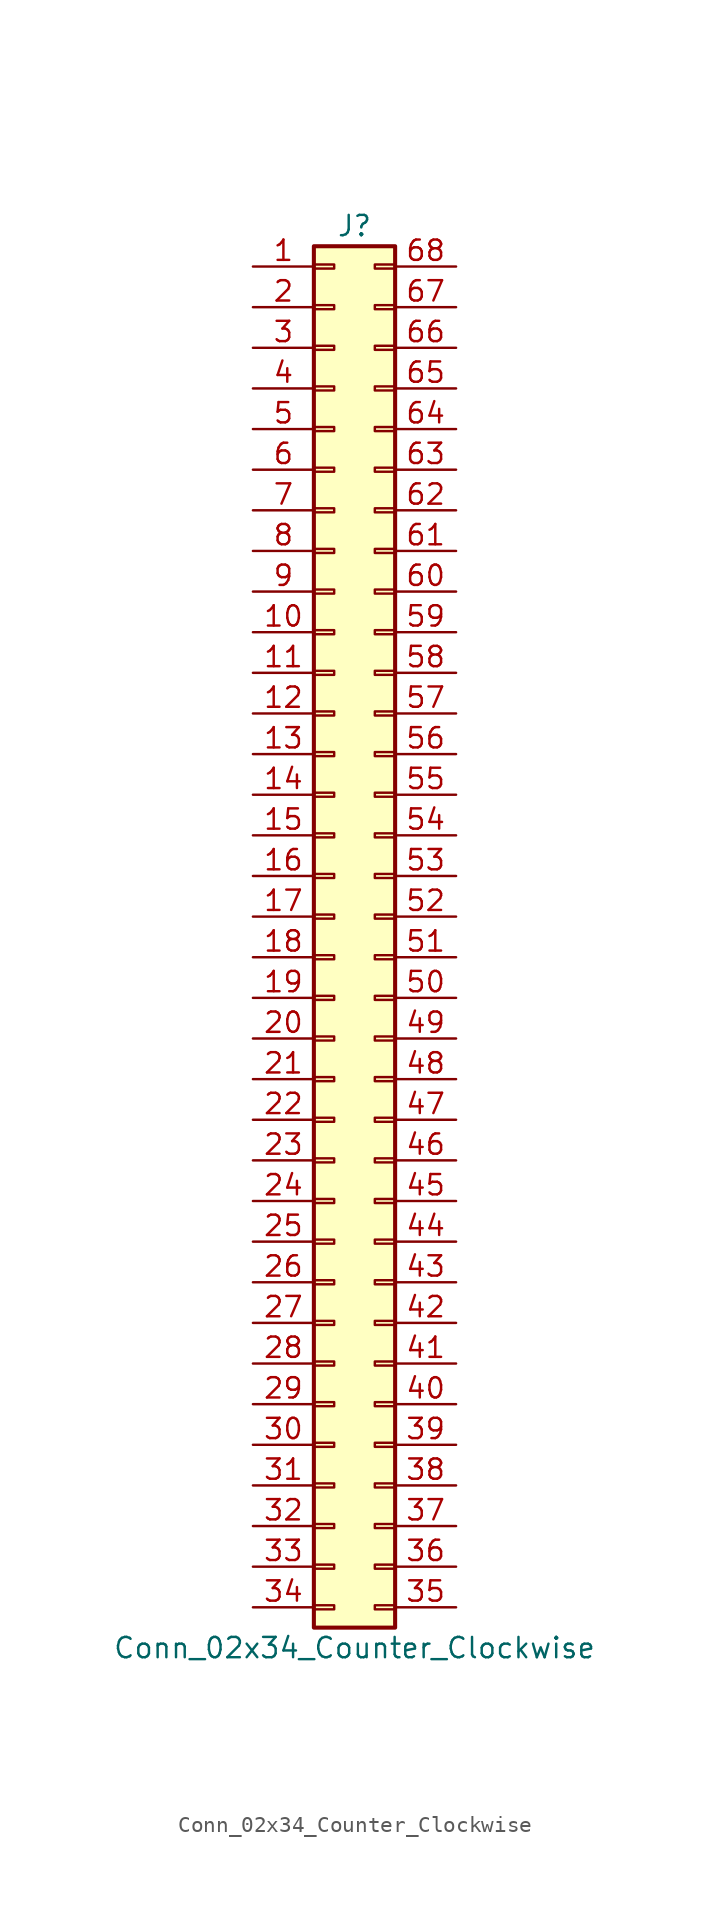
<source format=kicad_sym>
(kicad_symbol_lib
  (version 20201005)
  (generator kicad_symbol_editor)
  (symbol "Conn_02x34_Counter_Clockwise"
    (pin_names
      (offset 1.016) hide)
    (property "Reference" "J"
      (at 1.27 43.18 0)
      (effects (font (size 1.27 1.27))))
    (property "Value" "Conn_02x34_Counter_Clockwise"
      (at 1.27 -45.72 0)
      (effects (font (size 1.27 1.27))))
    (symbol "Conn_02x34_Counter_Clockwise_1_1"
      (rectangle (start -1.27 -43.053) (end 0 -43.307) (stroke (width 0.152)) (fill (type none)))
      (rectangle (start -1.27 -40.513) (end 0 -40.767) (stroke (width 0.152)) (fill (type none)))
      (rectangle (start -1.27 -37.973) (end 0 -38.227) (stroke (width 0.152)) (fill (type none)))
      (rectangle (start -1.27 -35.433) (end 0 -35.687) (stroke (width 0.152)) (fill (type none)))
      (rectangle (start -1.27 -32.893) (end 0 -33.147) (stroke (width 0.152)) (fill (type none)))
      (rectangle (start -1.27 -30.353) (end 0 -30.607) (stroke (width 0.152)) (fill (type none)))
      (rectangle (start -1.27 -27.813) (end 0 -28.067) (stroke (width 0.152)) (fill (type none)))
      (rectangle (start -1.27 -25.273) (end 0 -25.527) (stroke (width 0.152)) (fill (type none)))
      (rectangle (start -1.27 -22.733) (end 0 -22.987) (stroke (width 0.152)) (fill (type none)))
      (rectangle (start -1.27 -20.193) (end 0 -20.447) (stroke (width 0.152)) (fill (type none)))
      (rectangle (start -1.27 -17.653) (end 0 -17.907) (stroke (width 0.152)) (fill (type none)))
      (rectangle (start -1.27 -15.113) (end 0 -15.367) (stroke (width 0.152)) (fill (type none)))
      (rectangle (start -1.27 -12.573) (end 0 -12.827) (stroke (width 0.152)) (fill (type none)))
      (rectangle (start -1.27 -10.033) (end 0 -10.287) (stroke (width 0.152)) (fill (type none)))
      (rectangle (start -1.27 -7.493) (end 0 -7.747) (stroke (width 0.152)) (fill (type none)))
      (rectangle (start -1.27 -4.953) (end 0 -5.207) (stroke (width 0.152)) (fill (type none)))
      (rectangle (start -1.27 -2.413) (end 0 -2.667) (stroke (width 0.152)) (fill (type none)))
      (rectangle (start -1.27 0.127) (end 0 -0.127) (stroke (width 0.152)) (fill (type none)))
      (rectangle (start -1.27 2.667) (end 0 2.413) (stroke (width 0.152)) (fill (type none)))
      (rectangle (start -1.27 5.207) (end 0 4.953) (stroke (width 0.152)) (fill (type none)))
      (rectangle (start -1.27 7.747) (end 0 7.493) (stroke (width 0.152)) (fill (type none)))
      (rectangle (start -1.27 10.287) (end 0 10.033) (stroke (width 0.152)) (fill (type none)))
      (rectangle (start -1.27 12.827) (end 0 12.573) (stroke (width 0.152)) (fill (type none)))
      (rectangle (start -1.27 15.367) (end 0 15.113) (stroke (width 0.152)) (fill (type none)))
      (rectangle (start -1.27 17.907) (end 0 17.653) (stroke (width 0.152)) (fill (type none)))
      (rectangle (start -1.27 20.447) (end 0 20.193) (stroke (width 0.152)) (fill (type none)))
      (rectangle (start -1.27 22.987) (end 0 22.733) (stroke (width 0.152)) (fill (type none)))
      (rectangle (start -1.27 25.527) (end 0 25.273) (stroke (width 0.152)) (fill (type none)))
      (rectangle (start -1.27 28.067) (end 0 27.813) (stroke (width 0.152)) (fill (type none)))
      (rectangle (start -1.27 30.607) (end 0 30.353) (stroke (width 0.152)) (fill (type none)))
      (rectangle (start -1.27 33.147) (end 0 32.893) (stroke (width 0.152)) (fill (type none)))
      (rectangle (start -1.27 35.687) (end 0 35.433) (stroke (width 0.152)) (fill (type none)))
      (rectangle (start -1.27 38.227) (end 0 37.973) (stroke (width 0.152)) (fill (type none)))
      (rectangle (start -1.27 40.767) (end 0 40.513) (stroke (width 0.152)) (fill (type none)))
      (rectangle (start -1.27 41.91) (end 3.81 -44.45) (stroke (width 0.254)) (fill (type background)))
      (rectangle (start 3.81 -43.053) (end 2.54 -43.307) (stroke (width 0.152)) (fill (type none)))
      (rectangle (start 3.81 -40.513) (end 2.54 -40.767) (stroke (width 0.152)) (fill (type none)))
      (rectangle (start 3.81 -37.973) (end 2.54 -38.227) (stroke (width 0.152)) (fill (type none)))
      (rectangle (start 3.81 -35.433) (end 2.54 -35.687) (stroke (width 0.152)) (fill (type none)))
      (rectangle (start 3.81 -32.893) (end 2.54 -33.147) (stroke (width 0.152)) (fill (type none)))
      (rectangle (start 3.81 -30.353) (end 2.54 -30.607) (stroke (width 0.152)) (fill (type none)))
      (rectangle (start 3.81 -27.813) (end 2.54 -28.067) (stroke (width 0.152)) (fill (type none)))
      (rectangle (start 3.81 -25.273) (end 2.54 -25.527) (stroke (width 0.152)) (fill (type none)))
      (rectangle (start 3.81 -22.733) (end 2.54 -22.987) (stroke (width 0.152)) (fill (type none)))
      (rectangle (start 3.81 -20.193) (end 2.54 -20.447) (stroke (width 0.152)) (fill (type none)))
      (rectangle (start 3.81 -17.653) (end 2.54 -17.907) (stroke (width 0.152)) (fill (type none)))
      (rectangle (start 3.81 -15.113) (end 2.54 -15.367) (stroke (width 0.152)) (fill (type none)))
      (rectangle (start 3.81 -12.573) (end 2.54 -12.827) (stroke (width 0.152)) (fill (type none)))
      (rectangle (start 3.81 -10.033) (end 2.54 -10.287) (stroke (width 0.152)) (fill (type none)))
      (rectangle (start 3.81 -7.493) (end 2.54 -7.747) (stroke (width 0.152)) (fill (type none)))
      (rectangle (start 3.81 -4.953) (end 2.54 -5.207) (stroke (width 0.152)) (fill (type none)))
      (rectangle (start 3.81 -2.413) (end 2.54 -2.667) (stroke (width 0.152)) (fill (type none)))
      (rectangle (start 3.81 0.127) (end 2.54 -0.127) (stroke (width 0.152)) (fill (type none)))
      (rectangle (start 3.81 2.667) (end 2.54 2.413) (stroke (width 0.152)) (fill (type none)))
      (rectangle (start 3.81 5.207) (end 2.54 4.953) (stroke (width 0.152)) (fill (type none)))
      (rectangle (start 3.81 7.747) (end 2.54 7.493) (stroke (width 0.152)) (fill (type none)))
      (rectangle (start 3.81 10.287) (end 2.54 10.033) (stroke (width 0.152)) (fill (type none)))
      (rectangle (start 3.81 12.827) (end 2.54 12.573) (stroke (width 0.152)) (fill (type none)))
      (rectangle (start 3.81 15.367) (end 2.54 15.113) (stroke (width 0.152)) (fill (type none)))
      (rectangle (start 3.81 17.907) (end 2.54 17.653) (stroke (width 0.152)) (fill (type none)))
      (rectangle (start 3.81 20.447) (end 2.54 20.193) (stroke (width 0.152)) (fill (type none)))
      (rectangle (start 3.81 22.987) (end 2.54 22.733) (stroke (width 0.152)) (fill (type none)))
      (rectangle (start 3.81 25.527) (end 2.54 25.273) (stroke (width 0.152)) (fill (type none)))
      (rectangle (start 3.81 28.067) (end 2.54 27.813) (stroke (width 0.152)) (fill (type none)))
      (rectangle (start 3.81 30.607) (end 2.54 30.353) (stroke (width 0.152)) (fill (type none)))
      (rectangle (start 3.81 33.147) (end 2.54 32.893) (stroke (width 0.152)) (fill (type none)))
      (rectangle (start 3.81 35.687) (end 2.54 35.433) (stroke (width 0.152)) (fill (type none)))
      (rectangle (start 3.81 38.227) (end 2.54 37.973) (stroke (width 0.152)) (fill (type none)))
      (rectangle (start 3.81 40.767) (end 2.54 40.513) (stroke (width 0.152)) (fill (type none)))
      (pin passive line (at -5.08 40.64 0) (length 3.81) (name "Pin_1" (effects (font (size 1.27 1.27)))) (number "1" (effects (font (size 1.27 1.27)))))
      (pin passive line (at -5.08 17.78 0) (length 3.81) (name "Pin_10" (effects (font (size 1.27 1.27)))) (number "10" (effects (font (size 1.27 1.27)))))
      (pin passive line (at -5.08 15.24 0) (length 3.81) (name "Pin_11" (effects (font (size 1.27 1.27)))) (number "11" (effects (font (size 1.27 1.27)))))
      (pin passive line (at -5.08 12.7 0) (length 3.81) (name "Pin_12" (effects (font (size 1.27 1.27)))) (number "12" (effects (font (size 1.27 1.27)))))
      (pin passive line (at -5.08 10.16 0) (length 3.81) (name "Pin_13" (effects (font (size 1.27 1.27)))) (number "13" (effects (font (size 1.27 1.27)))))
      (pin passive line (at -5.08 7.62 0) (length 3.81) (name "Pin_14" (effects (font (size 1.27 1.27)))) (number "14" (effects (font (size 1.27 1.27)))))
      (pin passive line (at -5.08 5.08 0) (length 3.81) (name "Pin_15" (effects (font (size 1.27 1.27)))) (number "15" (effects (font (size 1.27 1.27)))))
      (pin passive line (at -5.08 2.54 0) (length 3.81) (name "Pin_16" (effects (font (size 1.27 1.27)))) (number "16" (effects (font (size 1.27 1.27)))))
      (pin passive line (at -5.08 0 0) (length 3.81) (name "Pin_17" (effects (font (size 1.27 1.27)))) (number "17" (effects (font (size 1.27 1.27)))))
      (pin passive line (at -5.08 -2.54 0) (length 3.81) (name "Pin_18" (effects (font (size 1.27 1.27)))) (number "18" (effects (font (size 1.27 1.27)))))
      (pin passive line (at -5.08 -5.08 0) (length 3.81) (name "Pin_19" (effects (font (size 1.27 1.27)))) (number "19" (effects (font (size 1.27 1.27)))))
      (pin passive line (at -5.08 38.1 0) (length 3.81) (name "Pin_2" (effects (font (size 1.27 1.27)))) (number "2" (effects (font (size 1.27 1.27)))))
      (pin passive line (at -5.08 -7.62 0) (length 3.81) (name "Pin_20" (effects (font (size 1.27 1.27)))) (number "20" (effects (font (size 1.27 1.27)))))
      (pin passive line (at -5.08 -10.16 0) (length 3.81) (name "Pin_21" (effects (font (size 1.27 1.27)))) (number "21" (effects (font (size 1.27 1.27)))))
      (pin passive line (at -5.08 -12.7 0) (length 3.81) (name "Pin_22" (effects (font (size 1.27 1.27)))) (number "22" (effects (font (size 1.27 1.27)))))
      (pin passive line (at -5.08 -15.24 0) (length 3.81) (name "Pin_23" (effects (font (size 1.27 1.27)))) (number "23" (effects (font (size 1.27 1.27)))))
      (pin passive line (at -5.08 -17.78 0) (length 3.81) (name "Pin_24" (effects (font (size 1.27 1.27)))) (number "24" (effects (font (size 1.27 1.27)))))
      (pin passive line (at -5.08 -20.32 0) (length 3.81) (name "Pin_25" (effects (font (size 1.27 1.27)))) (number "25" (effects (font (size 1.27 1.27)))))
      (pin passive line (at -5.08 -22.86 0) (length 3.81) (name "Pin_26" (effects (font (size 1.27 1.27)))) (number "26" (effects (font (size 1.27 1.27)))))
      (pin passive line (at -5.08 -25.4 0) (length 3.81) (name "Pin_27" (effects (font (size 1.27 1.27)))) (number "27" (effects (font (size 1.27 1.27)))))
      (pin passive line (at -5.08 -27.94 0) (length 3.81) (name "Pin_28" (effects (font (size 1.27 1.27)))) (number "28" (effects (font (size 1.27 1.27)))))
      (pin passive line (at -5.08 -30.48 0) (length 3.81) (name "Pin_29" (effects (font (size 1.27 1.27)))) (number "29" (effects (font (size 1.27 1.27)))))
      (pin passive line (at -5.08 35.56 0) (length 3.81) (name "Pin_3" (effects (font (size 1.27 1.27)))) (number "3" (effects (font (size 1.27 1.27)))))
      (pin passive line (at -5.08 -33.02 0) (length 3.81) (name "Pin_30" (effects (font (size 1.27 1.27)))) (number "30" (effects (font (size 1.27 1.27)))))
      (pin passive line (at -5.08 -35.56 0) (length 3.81) (name "Pin_31" (effects (font (size 1.27 1.27)))) (number "31" (effects (font (size 1.27 1.27)))))
      (pin passive line (at -5.08 -38.1 0) (length 3.81) (name "Pin_32" (effects (font (size 1.27 1.27)))) (number "32" (effects (font (size 1.27 1.27)))))
      (pin passive line (at -5.08 -40.64 0) (length 3.81) (name "Pin_33" (effects (font (size 1.27 1.27)))) (number "33" (effects (font (size 1.27 1.27)))))
      (pin passive line (at -5.08 -43.18 0) (length 3.81) (name "Pin_34" (effects (font (size 1.27 1.27)))) (number "34" (effects (font (size 1.27 1.27)))))
      (pin passive line (at 7.62 -43.18 180) (length 3.81) (name "Pin_35" (effects (font (size 1.27 1.27)))) (number "35" (effects (font (size 1.27 1.27)))))
      (pin passive line (at 7.62 -40.64 180) (length 3.81) (name "Pin_36" (effects (font (size 1.27 1.27)))) (number "36" (effects (font (size 1.27 1.27)))))
      (pin passive line (at 7.62 -38.1 180) (length 3.81) (name "Pin_37" (effects (font (size 1.27 1.27)))) (number "37" (effects (font (size 1.27 1.27)))))
      (pin passive line (at 7.62 -35.56 180) (length 3.81) (name "Pin_38" (effects (font (size 1.27 1.27)))) (number "38" (effects (font (size 1.27 1.27)))))
      (pin passive line (at 7.62 -33.02 180) (length 3.81) (name "Pin_39" (effects (font (size 1.27 1.27)))) (number "39" (effects (font (size 1.27 1.27)))))
      (pin passive line (at -5.08 33.02 0) (length 3.81) (name "Pin_4" (effects (font (size 1.27 1.27)))) (number "4" (effects (font (size 1.27 1.27)))))
      (pin passive line (at 7.62 -30.48 180) (length 3.81) (name "Pin_40" (effects (font (size 1.27 1.27)))) (number "40" (effects (font (size 1.27 1.27)))))
      (pin passive line (at 7.62 -27.94 180) (length 3.81) (name "Pin_41" (effects (font (size 1.27 1.27)))) (number "41" (effects (font (size 1.27 1.27)))))
      (pin passive line (at 7.62 -25.4 180) (length 3.81) (name "Pin_42" (effects (font (size 1.27 1.27)))) (number "42" (effects (font (size 1.27 1.27)))))
      (pin passive line (at 7.62 -22.86 180) (length 3.81) (name "Pin_43" (effects (font (size 1.27 1.27)))) (number "43" (effects (font (size 1.27 1.27)))))
      (pin passive line (at 7.62 -20.32 180) (length 3.81) (name "Pin_44" (effects (font (size 1.27 1.27)))) (number "44" (effects (font (size 1.27 1.27)))))
      (pin passive line (at 7.62 -17.78 180) (length 3.81) (name "Pin_45" (effects (font (size 1.27 1.27)))) (number "45" (effects (font (size 1.27 1.27)))))
      (pin passive line (at 7.62 -15.24 180) (length 3.81) (name "Pin_46" (effects (font (size 1.27 1.27)))) (number "46" (effects (font (size 1.27 1.27)))))
      (pin passive line (at 7.62 -12.7 180) (length 3.81) (name "Pin_47" (effects (font (size 1.27 1.27)))) (number "47" (effects (font (size 1.27 1.27)))))
      (pin passive line (at 7.62 -10.16 180) (length 3.81) (name "Pin_48" (effects (font (size 1.27 1.27)))) (number "48" (effects (font (size 1.27 1.27)))))
      (pin passive line (at 7.62 -7.62 180) (length 3.81) (name "Pin_49" (effects (font (size 1.27 1.27)))) (number "49" (effects (font (size 1.27 1.27)))))
      (pin passive line (at -5.08 30.48 0) (length 3.81) (name "Pin_5" (effects (font (size 1.27 1.27)))) (number "5" (effects (font (size 1.27 1.27)))))
      (pin passive line (at 7.62 -5.08 180) (length 3.81) (name "Pin_50" (effects (font (size 1.27 1.27)))) (number "50" (effects (font (size 1.27 1.27)))))
      (pin passive line (at 7.62 -2.54 180) (length 3.81) (name "Pin_51" (effects (font (size 1.27 1.27)))) (number "51" (effects (font (size 1.27 1.27)))))
      (pin passive line (at 7.62 0 180) (length 3.81) (name "Pin_52" (effects (font (size 1.27 1.27)))) (number "52" (effects (font (size 1.27 1.27)))))
      (pin passive line (at 7.62 2.54 180) (length 3.81) (name "Pin_53" (effects (font (size 1.27 1.27)))) (number "53" (effects (font (size 1.27 1.27)))))
      (pin passive line (at 7.62 5.08 180) (length 3.81) (name "Pin_54" (effects (font (size 1.27 1.27)))) (number "54" (effects (font (size 1.27 1.27)))))
      (pin passive line (at 7.62 7.62 180) (length 3.81) (name "Pin_55" (effects (font (size 1.27 1.27)))) (number "55" (effects (font (size 1.27 1.27)))))
      (pin passive line (at 7.62 10.16 180) (length 3.81) (name "Pin_56" (effects (font (size 1.27 1.27)))) (number "56" (effects (font (size 1.27 1.27)))))
      (pin passive line (at 7.62 12.7 180) (length 3.81) (name "Pin_57" (effects (font (size 1.27 1.27)))) (number "57" (effects (font (size 1.27 1.27)))))
      (pin passive line (at 7.62 15.24 180) (length 3.81) (name "Pin_58" (effects (font (size 1.27 1.27)))) (number "58" (effects (font (size 1.27 1.27)))))
      (pin passive line (at 7.62 17.78 180) (length 3.81) (name "Pin_59" (effects (font (size 1.27 1.27)))) (number "59" (effects (font (size 1.27 1.27)))))
      (pin passive line (at -5.08 27.94 0) (length 3.81) (name "Pin_6" (effects (font (size 1.27 1.27)))) (number "6" (effects (font (size 1.27 1.27)))))
      (pin passive line (at 7.62 20.32 180) (length 3.81) (name "Pin_60" (effects (font (size 1.27 1.27)))) (number "60" (effects (font (size 1.27 1.27)))))
      (pin passive line (at 7.62 22.86 180) (length 3.81) (name "Pin_61" (effects (font (size 1.27 1.27)))) (number "61" (effects (font (size 1.27 1.27)))))
      (pin passive line (at 7.62 25.4 180) (length 3.81) (name "Pin_62" (effects (font (size 1.27 1.27)))) (number "62" (effects (font (size 1.27 1.27)))))
      (pin passive line (at 7.62 27.94 180) (length 3.81) (name "Pin_63" (effects (font (size 1.27 1.27)))) (number "63" (effects (font (size 1.27 1.27)))))
      (pin passive line (at 7.62 30.48 180) (length 3.81) (name "Pin_64" (effects (font (size 1.27 1.27)))) (number "64" (effects (font (size 1.27 1.27)))))
      (pin passive line (at 7.62 33.02 180) (length 3.81) (name "Pin_65" (effects (font (size 1.27 1.27)))) (number "65" (effects (font (size 1.27 1.27)))))
      (pin passive line (at 7.62 35.56 180) (length 3.81) (name "Pin_66" (effects (font (size 1.27 1.27)))) (number "66" (effects (font (size 1.27 1.27)))))
      (pin passive line (at 7.62 38.1 180) (length 3.81) (name "Pin_67" (effects (font (size 1.27 1.27)))) (number "67" (effects (font (size 1.27 1.27)))))
      (pin passive line (at 7.62 40.64 180) (length 3.81) (name "Pin_68" (effects (font (size 1.27 1.27)))) (number "68" (effects (font (size 1.27 1.27)))))
      (pin passive line (at -5.08 25.4 0) (length 3.81) (name "Pin_7" (effects (font (size 1.27 1.27)))) (number "7" (effects (font (size 1.27 1.27)))))
      (pin passive line (at -5.08 22.86 0) (length 3.81) (name "Pin_8" (effects (font (size 1.27 1.27)))) (number "8" (effects (font (size 1.27 1.27)))))
      (pin passive line (at -5.08 20.32 0) (length 3.81) (name "Pin_9" (effects (font (size 1.27 1.27)))) (number "9" (effects (font (size 1.27 1.27))))))))
</source>
